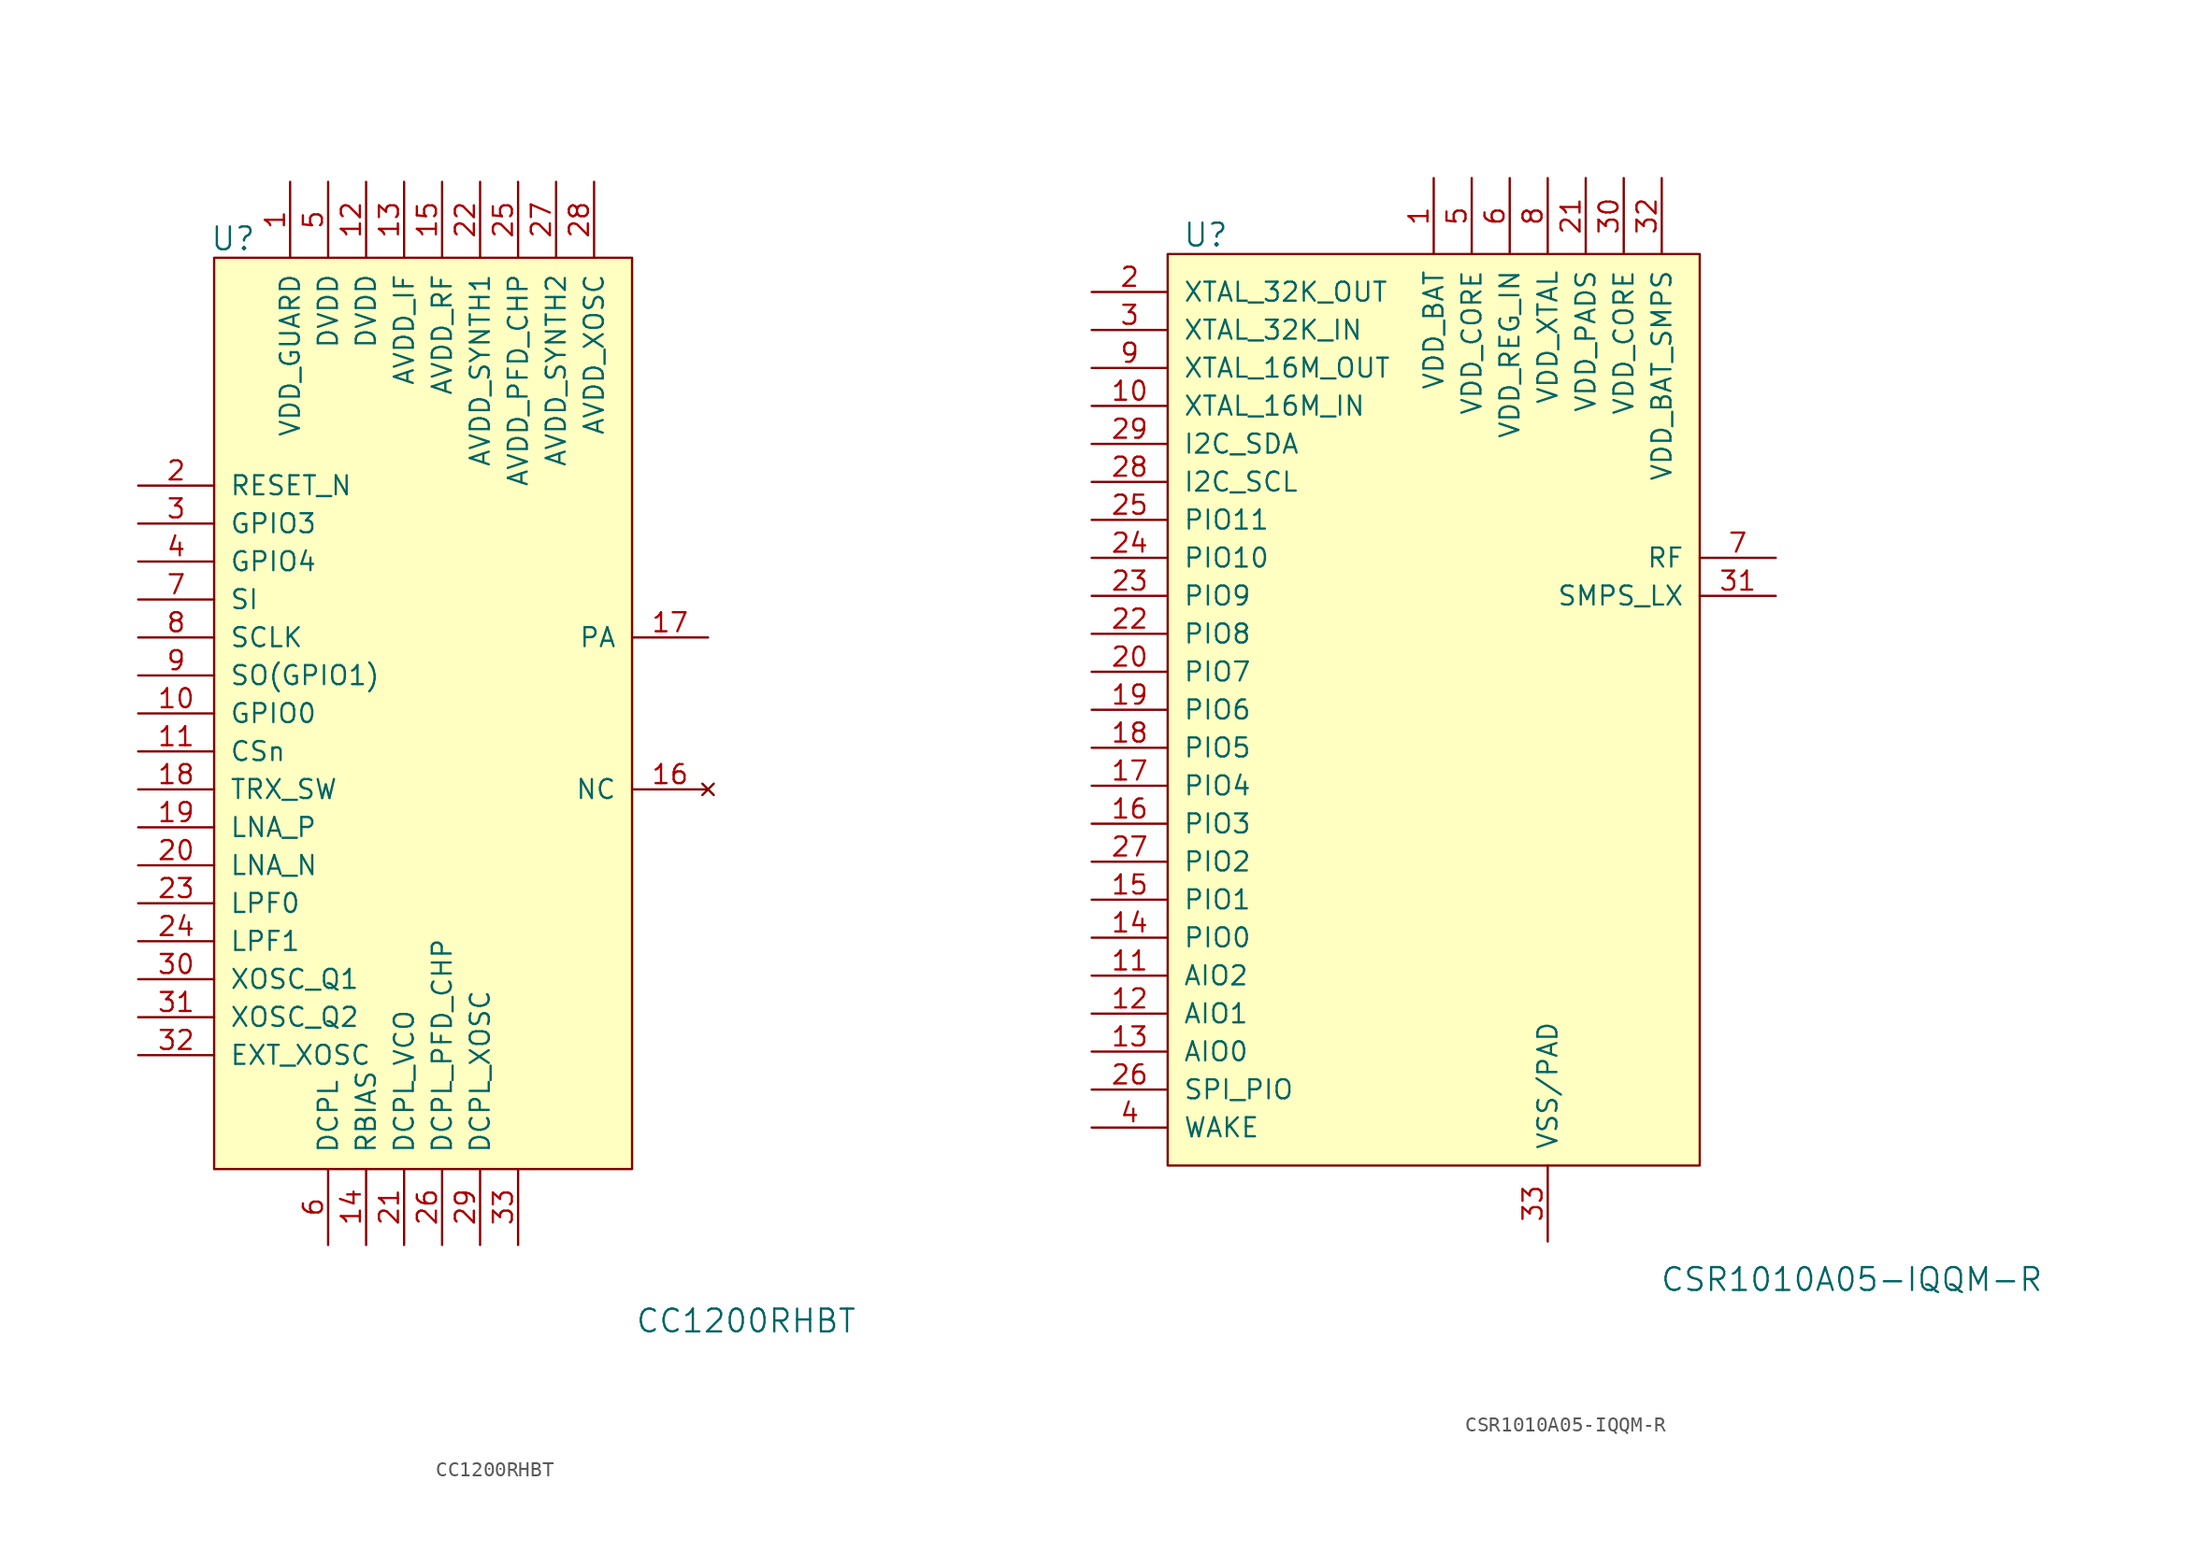
<source format=kicad_sym>
(kicad_symbol_lib
  (version 20211014)
  (generator kicad_symbol_editor)
  (symbol "CC1200RHBT"
    (pin_names
      (offset 1.016))
    (property "Reference" "U"
      (at -13.97 31.75 0)
      (effects (font (size 1.524 1.524))))
    (property "Value" "CC1200RHBT"
      (at 20.32 -40.64 0)
      (effects (font (size 1.524 1.524))))
    (symbol "CC1200RHBT_0_1"
      (rectangle (start -15.24 30.48) (end 12.7 -30.48) (stroke (width 0) (type default) (color 0 0 0 0)) (fill (type background))))
    (symbol "CC1200RHBT_1_1"
      (pin power_in line (at -10.16 35.56 270) (length 5.08) (name "VDD_GUARD" (effects (font (size 1.27 1.27)))) (number "1" (effects (font (size 1.27 1.27)))))
      (pin bidirectional line (at -20.32 0 0) (length 5.08) (name "GPIO0" (effects (font (size 1.27 1.27)))) (number "10" (effects (font (size 1.27 1.27)))))
      (pin input line (at -20.32 -2.54 0) (length 5.08) (name "CSn" (effects (font (size 1.27 1.27)))) (number "11" (effects (font (size 1.27 1.27)))))
      (pin power_in line (at -5.08 35.56 270) (length 5.08) (name "DVDD" (effects (font (size 1.27 1.27)))) (number "12" (effects (font (size 1.27 1.27)))))
      (pin power_in line (at -2.54 35.56 270) (length 5.08) (name "AVDD_IF" (effects (font (size 1.27 1.27)))) (number "13" (effects (font (size 1.27 1.27)))))
      (pin power_in line (at -5.08 -35.56 90) (length 5.08) (name "RBIAS" (effects (font (size 1.27 1.27)))) (number "14" (effects (font (size 1.27 1.27)))))
      (pin power_in line (at 0 35.56 270) (length 5.08) (name "AVDD_RF" (effects (font (size 1.27 1.27)))) (number "15" (effects (font (size 1.27 1.27)))))
      (pin no_connect line (at 17.78 -5.08 180) (length 5.08) (name "NC" (effects (font (size 1.27 1.27)))) (number "16" (effects (font (size 1.27 1.27)))))
      (pin output line (at 17.78 5.08 180) (length 5.08) (name "PA" (effects (font (size 1.27 1.27)))) (number "17" (effects (font (size 1.27 1.27)))))
      (pin input line (at -20.32 -5.08 0) (length 5.08) (name "TRX_SW" (effects (font (size 1.27 1.27)))) (number "18" (effects (font (size 1.27 1.27)))))
      (pin input line (at -20.32 -7.62 0) (length 5.08) (name "LNA_P" (effects (font (size 1.27 1.27)))) (number "19" (effects (font (size 1.27 1.27)))))
      (pin input line (at -20.32 15.24 0) (length 5.08) (name "RESET_N" (effects (font (size 1.27 1.27)))) (number "2" (effects (font (size 1.27 1.27)))))
      (pin input line (at -20.32 -10.16 0) (length 5.08) (name "LNA_N" (effects (font (size 1.27 1.27)))) (number "20" (effects (font (size 1.27 1.27)))))
      (pin power_in line (at -2.54 -35.56 90) (length 5.08) (name "DCPL_VCO" (effects (font (size 1.27 1.27)))) (number "21" (effects (font (size 1.27 1.27)))))
      (pin power_in line (at 2.54 35.56 270) (length 5.08) (name "AVDD_SYNTH1" (effects (font (size 1.27 1.27)))) (number "22" (effects (font (size 1.27 1.27)))))
      (pin unspecified line (at -20.32 -12.7 0) (length 5.08) (name "LPF0" (effects (font (size 1.27 1.27)))) (number "23" (effects (font (size 1.27 1.27)))))
      (pin unspecified line (at -20.32 -15.24 0) (length 5.08) (name "LPF1" (effects (font (size 1.27 1.27)))) (number "24" (effects (font (size 1.27 1.27)))))
      (pin power_in line (at 5.08 35.56 270) (length 5.08) (name "AVDD_PFD_CHP" (effects (font (size 1.27 1.27)))) (number "25" (effects (font (size 1.27 1.27)))))
      (pin power_in line (at 0 -35.56 90) (length 5.08) (name "DCPL_PFD_CHP" (effects (font (size 1.27 1.27)))) (number "26" (effects (font (size 1.27 1.27)))))
      (pin power_in line (at 7.62 35.56 270) (length 5.08) (name "AVDD_SYNTH2" (effects (font (size 1.27 1.27)))) (number "27" (effects (font (size 1.27 1.27)))))
      (pin power_in line (at 10.16 35.56 270) (length 5.08) (name "AVDD_XOSC" (effects (font (size 1.27 1.27)))) (number "28" (effects (font (size 1.27 1.27)))))
      (pin power_in line (at 2.54 -35.56 90) (length 5.08) (name "DCPL_XOSC" (effects (font (size 1.27 1.27)))) (number "29" (effects (font (size 1.27 1.27)))))
      (pin bidirectional line (at -20.32 12.7 0) (length 5.08) (name "GPIO3" (effects (font (size 1.27 1.27)))) (number "3" (effects (font (size 1.27 1.27)))))
      (pin unspecified line (at -20.32 -17.78 0) (length 5.08) (name "XOSC_Q1" (effects (font (size 1.27 1.27)))) (number "30" (effects (font (size 1.27 1.27)))))
      (pin unspecified line (at -20.32 -20.32 0) (length 5.08) (name "XOSC_Q2" (effects (font (size 1.27 1.27)))) (number "31" (effects (font (size 1.27 1.27)))))
      (pin input line (at -20.32 -22.86 0) (length 5.08) (name "EXT_XOSC" (effects (font (size 1.27 1.27)))) (number "32" (effects (font (size 1.27 1.27)))))
      (pin power_in line (at 5.08 -35.56 90) (length 5.08) (name "~" (effects (font (size 1.27 1.27)))) (number "33" (effects (font (size 1.27 1.27)))))
      (pin bidirectional line (at -20.32 10.16 0) (length 5.08) (name "GPIO4" (effects (font (size 1.27 1.27)))) (number "4" (effects (font (size 1.27 1.27)))))
      (pin power_in line (at -7.62 35.56 270) (length 5.08) (name "DVDD" (effects (font (size 1.27 1.27)))) (number "5" (effects (font (size 1.27 1.27)))))
      (pin power_out line (at -7.62 -35.56 90) (length 5.08) (name "DCPL" (effects (font (size 1.27 1.27)))) (number "6" (effects (font (size 1.27 1.27)))))
      (pin input line (at -20.32 7.62 0) (length 5.08) (name "SI" (effects (font (size 1.27 1.27)))) (number "7" (effects (font (size 1.27 1.27)))))
      (pin input line (at -20.32 5.08 0) (length 5.08) (name "SCLK" (effects (font (size 1.27 1.27)))) (number "8" (effects (font (size 1.27 1.27)))))
      (pin bidirectional line (at -20.32 2.54 0) (length 5.08) (name "SO(GPIO1)" (effects (font (size 1.27 1.27)))) (number "9" (effects (font (size 1.27 1.27)))))))
  (symbol "CSR1010A05-IQQM-R"
    (pin_names
      (offset 1.016))
    (property "Reference" "U"
      (at -15.24 31.75 0)
      (effects (font (size 1.524 1.524))))
    (property "Value" "CSR1010A05-IQQM-R"
      (at 27.94 -38.1 0)
      (effects (font (size 1.524 1.524))))
    (symbol "CSR1010A05-IQQM-R_0_1"
      (rectangle (start -17.78 30.48) (end 17.78 -30.48) (stroke (width 0) (type default) (color 0 0 0 0)) (fill (type background))))
    (symbol "CSR1010A05-IQQM-R_1_1"
      (pin power_in line (at 0 35.56 270) (length 5.08) (name "VDD_BAT" (effects (font (size 1.27 1.27)))) (number "1" (effects (font (size 1.27 1.27)))))
      (pin input line (at -22.86 20.32 0) (length 5.08) (name "XTAL_16M_IN" (effects (font (size 1.27 1.27)))) (number "10" (effects (font (size 1.27 1.27)))))
      (pin bidirectional line (at -22.86 -17.78 0) (length 5.08) (name "AIO2" (effects (font (size 1.27 1.27)))) (number "11" (effects (font (size 1.27 1.27)))))
      (pin bidirectional line (at -22.86 -20.32 0) (length 5.08) (name "AIO1" (effects (font (size 1.27 1.27)))) (number "12" (effects (font (size 1.27 1.27)))))
      (pin bidirectional line (at -22.86 -22.86 0) (length 5.08) (name "AIO0" (effects (font (size 1.27 1.27)))) (number "13" (effects (font (size 1.27 1.27)))))
      (pin bidirectional line (at -22.86 -15.24 0) (length 5.08) (name "PIO0" (effects (font (size 1.27 1.27)))) (number "14" (effects (font (size 1.27 1.27)))))
      (pin bidirectional line (at -22.86 -12.7 0) (length 5.08) (name "PIO1" (effects (font (size 1.27 1.27)))) (number "15" (effects (font (size 1.27 1.27)))))
      (pin bidirectional line (at -22.86 -7.62 0) (length 5.08) (name "PIO3" (effects (font (size 1.27 1.27)))) (number "16" (effects (font (size 1.27 1.27)))))
      (pin bidirectional line (at -22.86 -5.08 0) (length 5.08) (name "PIO4" (effects (font (size 1.27 1.27)))) (number "17" (effects (font (size 1.27 1.27)))))
      (pin bidirectional line (at -22.86 -2.54 0) (length 5.08) (name "PIO5" (effects (font (size 1.27 1.27)))) (number "18" (effects (font (size 1.27 1.27)))))
      (pin bidirectional line (at -22.86 0 0) (length 5.08) (name "PIO6" (effects (font (size 1.27 1.27)))) (number "19" (effects (font (size 1.27 1.27)))))
      (pin input line (at -22.86 27.94 0) (length 5.08) (name "XTAL_32K_OUT" (effects (font (size 1.27 1.27)))) (number "2" (effects (font (size 1.27 1.27)))))
      (pin bidirectional line (at -22.86 2.54 0) (length 5.08) (name "PIO7" (effects (font (size 1.27 1.27)))) (number "20" (effects (font (size 1.27 1.27)))))
      (pin power_in line (at 10.16 35.56 270) (length 5.08) (name "VDD_PADS" (effects (font (size 1.27 1.27)))) (number "21" (effects (font (size 1.27 1.27)))))
      (pin bidirectional line (at -22.86 5.08 0) (length 5.08) (name "PIO8" (effects (font (size 1.27 1.27)))) (number "22" (effects (font (size 1.27 1.27)))))
      (pin bidirectional line (at -22.86 7.62 0) (length 5.08) (name "PIO9" (effects (font (size 1.27 1.27)))) (number "23" (effects (font (size 1.27 1.27)))))
      (pin bidirectional line (at -22.86 10.16 0) (length 5.08) (name "PIO10" (effects (font (size 1.27 1.27)))) (number "24" (effects (font (size 1.27 1.27)))))
      (pin bidirectional line (at -22.86 12.7 0) (length 5.08) (name "PIO11" (effects (font (size 1.27 1.27)))) (number "25" (effects (font (size 1.27 1.27)))))
      (pin bidirectional line (at -22.86 -25.4 0) (length 5.08) (name "SPI_PIO" (effects (font (size 1.27 1.27)))) (number "26" (effects (font (size 1.27 1.27)))))
      (pin bidirectional line (at -22.86 -10.16 0) (length 5.08) (name "PIO2" (effects (font (size 1.27 1.27)))) (number "27" (effects (font (size 1.27 1.27)))))
      (pin bidirectional line (at -22.86 15.24 0) (length 5.08) (name "I2C_SCL" (effects (font (size 1.27 1.27)))) (number "28" (effects (font (size 1.27 1.27)))))
      (pin bidirectional line (at -22.86 17.78 0) (length 5.08) (name "I2C_SDA" (effects (font (size 1.27 1.27)))) (number "29" (effects (font (size 1.27 1.27)))))
      (pin input line (at -22.86 25.4 0) (length 5.08) (name "XTAL_32K_IN" (effects (font (size 1.27 1.27)))) (number "3" (effects (font (size 1.27 1.27)))))
      (pin power_in line (at 12.7 35.56 270) (length 5.08) (name "VDD_CORE" (effects (font (size 1.27 1.27)))) (number "30" (effects (font (size 1.27 1.27)))))
      (pin output line (at 22.86 7.62 180) (length 5.08) (name "SMPS_LX" (effects (font (size 1.27 1.27)))) (number "31" (effects (font (size 1.27 1.27)))))
      (pin power_in line (at 15.24 35.56 270) (length 5.08) (name "VDD_BAT_SMPS" (effects (font (size 1.27 1.27)))) (number "32" (effects (font (size 1.27 1.27)))))
      (pin power_in line (at 7.62 -35.56 90) (length 5.08) (name "VSS/PAD" (effects (font (size 1.27 1.27)))) (number "33" (effects (font (size 1.27 1.27)))))
      (pin input line (at -22.86 -27.94 0) (length 5.08) (name "WAKE" (effects (font (size 1.27 1.27)))) (number "4" (effects (font (size 1.27 1.27)))))
      (pin power_in line (at 2.54 35.56 270) (length 5.08) (name "VDD_CORE" (effects (font (size 1.27 1.27)))) (number "5" (effects (font (size 1.27 1.27)))))
      (pin power_in line (at 5.08 35.56 270) (length 5.08) (name "VDD_REG_IN" (effects (font (size 1.27 1.27)))) (number "6" (effects (font (size 1.27 1.27)))))
      (pin output line (at 22.86 10.16 180) (length 5.08) (name "RF" (effects (font (size 1.27 1.27)))) (number "7" (effects (font (size 1.27 1.27)))))
      (pin power_in line (at 7.62 35.56 270) (length 5.08) (name "VDD_XTAL" (effects (font (size 1.27 1.27)))) (number "8" (effects (font (size 1.27 1.27)))))
      (pin input line (at -22.86 22.86 0) (length 5.08) (name "XTAL_16M_OUT" (effects (font (size 1.27 1.27)))) (number "9" (effects (font (size 1.27 1.27))))))))
</source>
